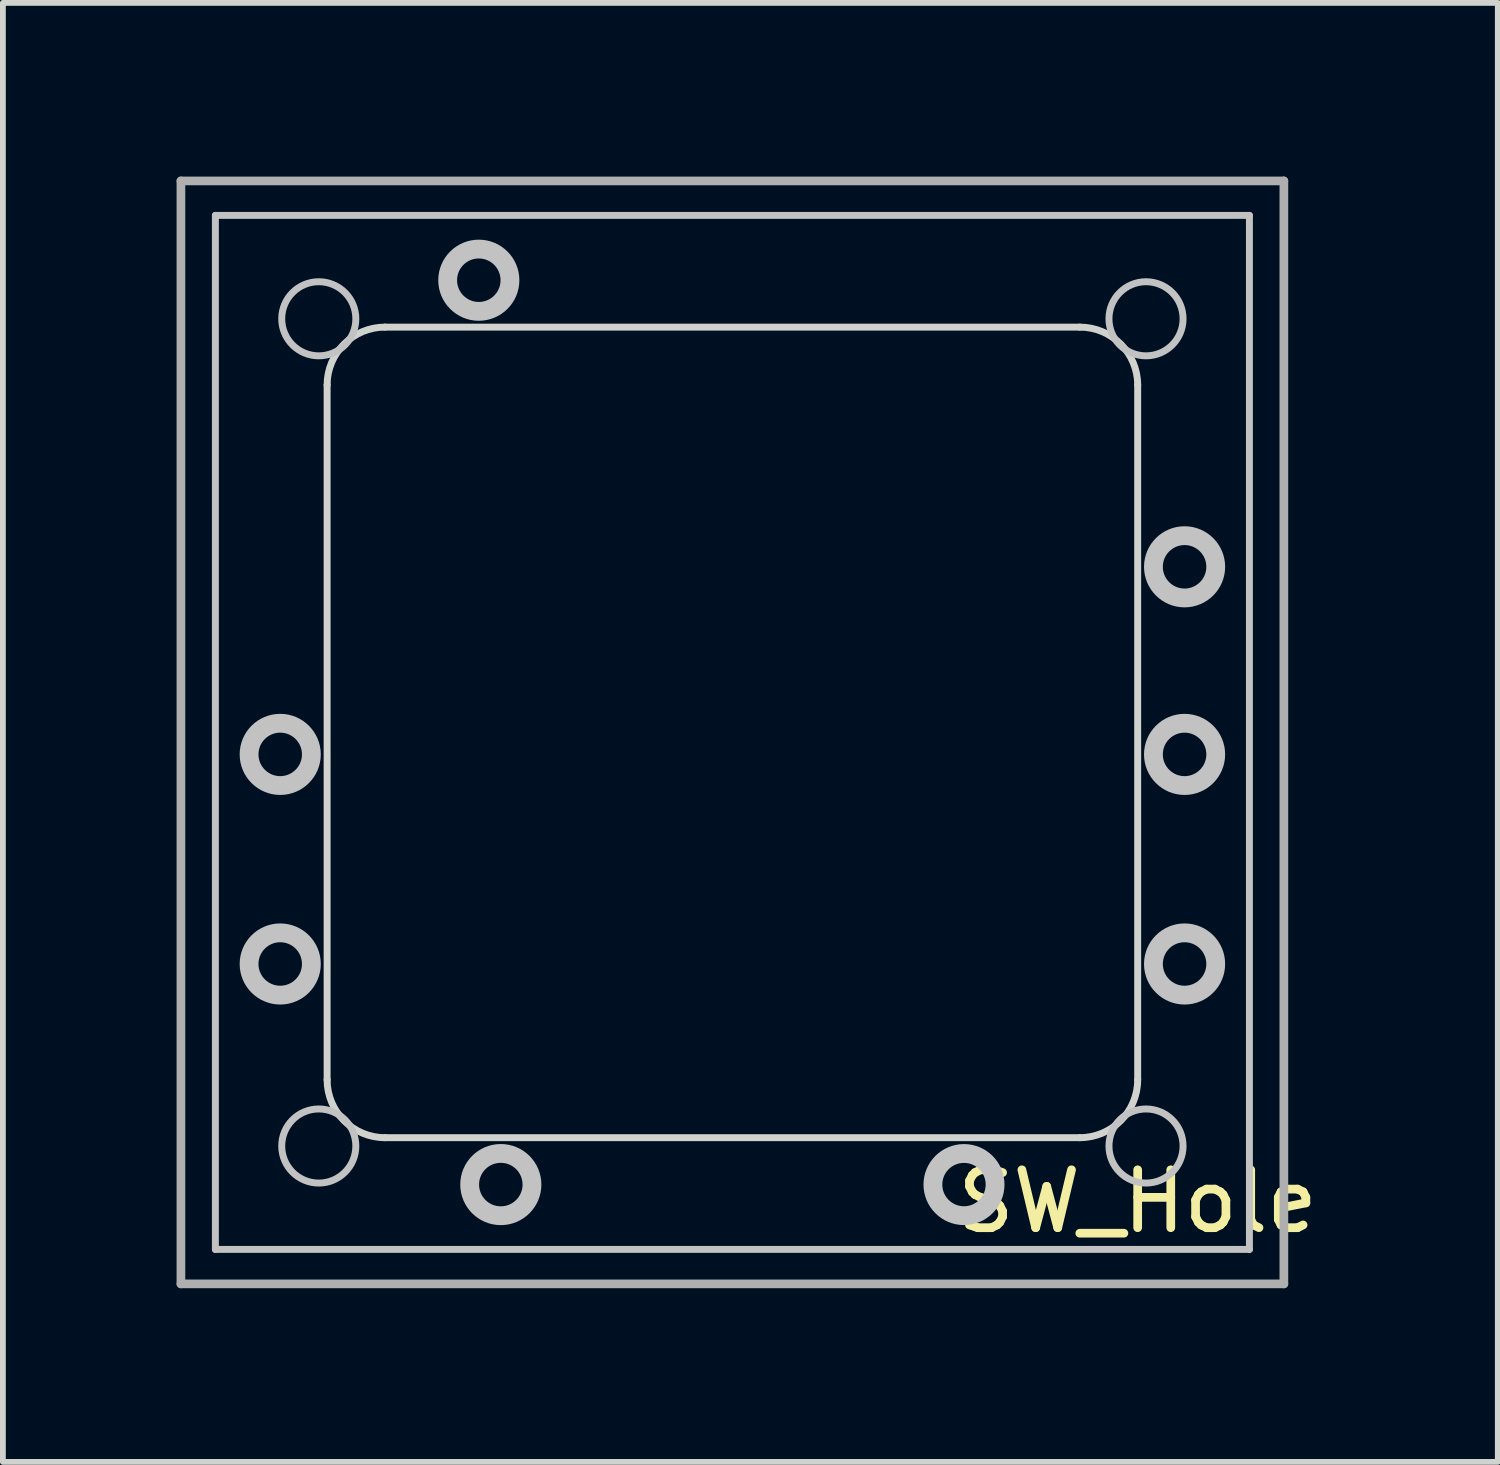
<source format=kicad_pcb>
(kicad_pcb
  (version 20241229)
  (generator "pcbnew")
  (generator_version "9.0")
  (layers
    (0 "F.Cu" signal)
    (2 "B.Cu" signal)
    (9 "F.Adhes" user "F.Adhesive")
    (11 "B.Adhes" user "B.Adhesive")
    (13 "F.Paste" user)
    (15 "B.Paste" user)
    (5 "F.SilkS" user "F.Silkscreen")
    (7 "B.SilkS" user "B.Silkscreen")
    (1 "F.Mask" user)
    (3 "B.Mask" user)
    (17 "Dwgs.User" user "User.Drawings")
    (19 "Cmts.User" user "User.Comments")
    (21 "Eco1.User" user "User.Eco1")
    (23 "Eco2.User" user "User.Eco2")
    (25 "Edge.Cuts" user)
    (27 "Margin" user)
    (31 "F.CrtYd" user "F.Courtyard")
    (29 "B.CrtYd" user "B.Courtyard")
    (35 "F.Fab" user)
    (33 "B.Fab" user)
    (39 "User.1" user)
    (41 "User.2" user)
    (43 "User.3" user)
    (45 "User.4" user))
  (footprint "SW_Hole"
    (layer "F.Cu")
    (at 9.6 9.6)
    (property "Reference" "SW_Hole" (at 7 8.1 0) (layer "F.SilkS") (effects (font (size 1 1) (thickness 0.15))))
    (attr through_hole)
    (fp_line (start -8.93 -8.93) (end 8.93 -8.93) (stroke (width 0.12) (type solid)) (layer "Dwgs.User"))
    (fp_line (start -8.93 8.93) (end -8.93 -8.93) (stroke (width 0.12) (type solid)) (layer "Dwgs.User"))
    (fp_line (start 8.93 -8.93) (end 8.93 8.93) (stroke (width 0.12) (type solid)) (layer "Dwgs.User"))
    (fp_line (start 8.93 8.93) (end -8.93 8.93) (stroke (width 0.12) (type solid)) (layer "Dwgs.User"))
    (fp_circle (center -7.81 0.38) (end -7.272 0.38) (stroke (width 0.325) (type solid)) (fill no) (layer "Dwgs.User"))
    (fp_circle (center -7.81 4) (end -7.272 4) (stroke (width 0.325) (type solid)) (fill no) (layer "Dwgs.User"))
    (fp_circle (center -7.144 -7.144) (end -6.504 -7.144) (stroke (width 0.12) (type solid)) (fill no) (layer "Dwgs.User"))
    (fp_circle (center -7.144 7.144) (end -6.504 7.144) (stroke (width 0.12) (type solid)) (fill no) (layer "Dwgs.User"))
    (fp_circle (center -4.38 -7.81) (end -3.842 -7.81) (stroke (width 0.325) (type solid)) (fill no) (layer "Dwgs.User"))
    (fp_circle (center -4 7.81) (end -3.462 7.81) (stroke (width 0.325) (type solid)) (fill no) (layer "Dwgs.User"))
    (fp_circle (center 4 7.81) (end 4.537 7.81) (stroke (width 0.325) (type solid)) (fill no) (layer "Dwgs.User"))
    (fp_circle (center 7.144 -7.144) (end 7.784 -7.144) (stroke (width 0.12) (type solid)) (fill no) (layer "Dwgs.User"))
    (fp_circle (center 7.144 7.144) (end 7.784 7.144) (stroke (width 0.12) (type solid)) (fill no) (layer "Dwgs.User"))
    (fp_circle (center 7.81 -2.86) (end 8.348 -2.86) (stroke (width 0.325) (type solid)) (fill no) (layer "Dwgs.User"))
    (fp_circle (center 7.81 0.38) (end 8.348 0.38) (stroke (width 0.325) (type solid)) (fill no) (layer "Dwgs.User"))
    (fp_circle (center 7.81 4) (end 8.348 4) (stroke (width 0.325) (type solid)) (fill no) (layer "Dwgs.User"))
    (fp_line (start -7 -6) (end -7 6) (stroke (width 0.12) (type solid)) (layer "Edge.Cuts"))
    (fp_line (start -6 7) (end 6 7) (stroke (width 0.12) (type solid)) (layer "Edge.Cuts"))
    (fp_line (start 6 -7) (end -6 -7) (stroke (width 0.12) (type solid)) (layer "Edge.Cuts"))
    (fp_line (start 7 6) (end 7 -6) (stroke (width 0.12) (type solid)) (layer "Edge.Cuts"))
    (fp_arc (start -7 -6) (mid -6.707107 -6.707107) (end -6 -7) (stroke (width 0.12) (type solid)) (layer "Edge.Cuts"))
    (fp_arc (start -6 7) (mid -6.707107 6.707107) (end -7 6) (stroke (width 0.12) (type solid)) (layer "Edge.Cuts"))
    (fp_arc (start 6 -7) (mid 6.707107 -6.707107) (end 7 -6) (stroke (width 0.12) (type solid)) (layer "Edge.Cuts"))
    (fp_arc (start 7 6) (mid 6.707107 6.707107) (end 6 7) (stroke (width 0.12) (type solid)) (layer "Edge.Cuts"))
    (fp_line (start -9.525 -9.525) (end -9.525 9.525) (stroke (width 0.15) (type solid)) (layer "F.Fab"))
    (fp_line (start -9.525 9.525) (end 9.525 9.525) (stroke (width 0.15) (type solid)) (layer "F.Fab"))
    (fp_line (start 9.525 -9.525) (end -9.525 -9.525) (stroke (width 0.15) (type solid)) (layer "F.Fab"))
    (fp_line (start 9.525 9.525) (end 9.525 -9.525) (stroke (width 0.15) (type solid)) (layer "F.Fab")))
  (gr_rect
    (start -3 -3)
    (end 22.82 22.2)
    (stroke (width 0.1) (type default))
    (fill no)
    (layer "Edge.Cuts")))
</source>
